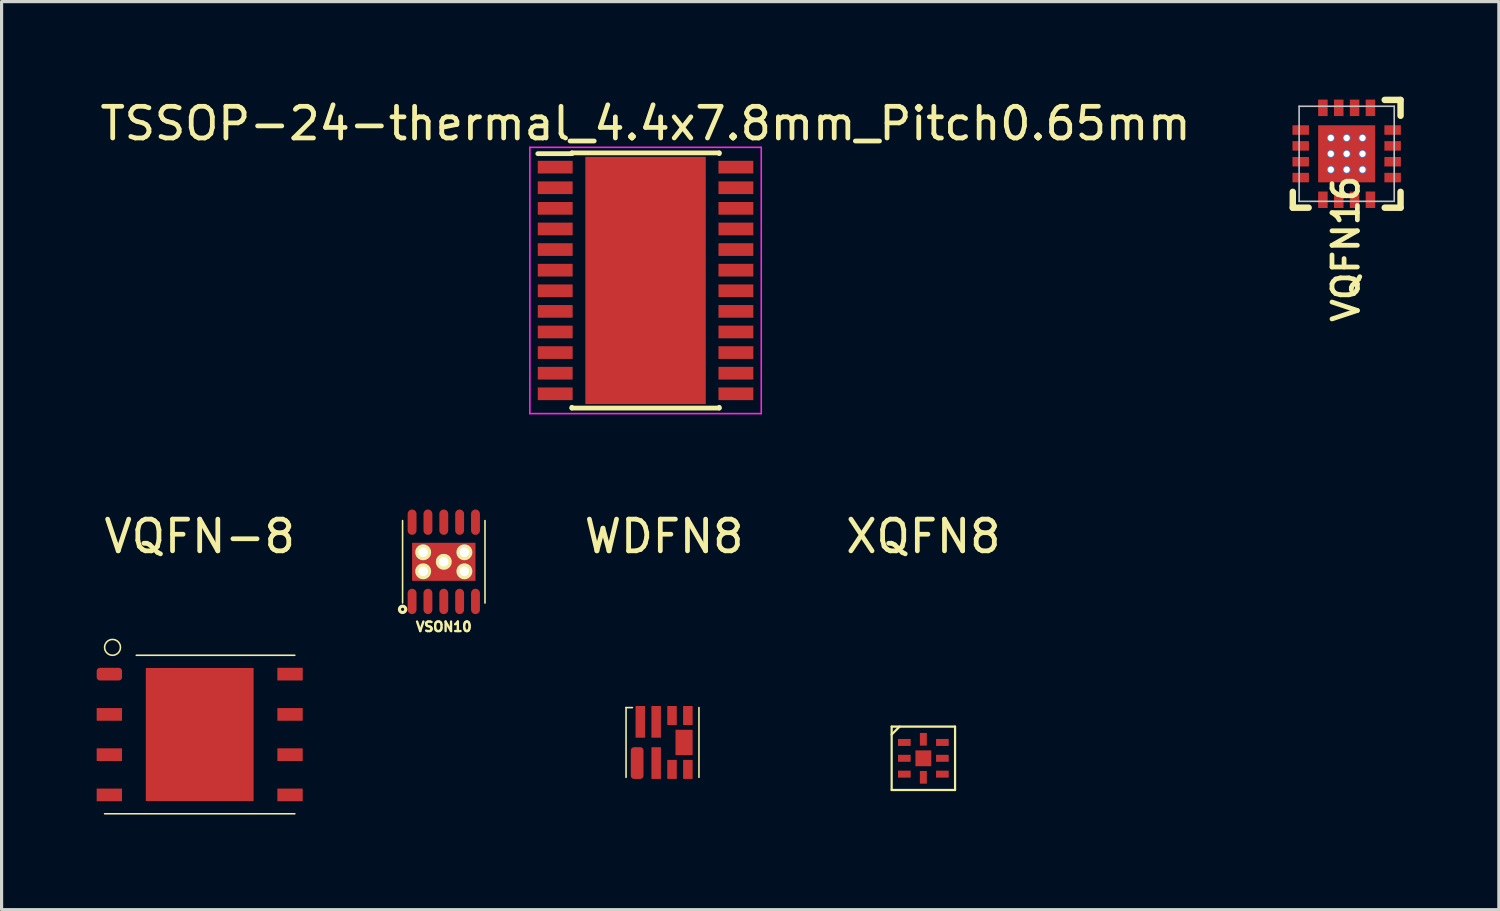
<source format=kicad_pcb>
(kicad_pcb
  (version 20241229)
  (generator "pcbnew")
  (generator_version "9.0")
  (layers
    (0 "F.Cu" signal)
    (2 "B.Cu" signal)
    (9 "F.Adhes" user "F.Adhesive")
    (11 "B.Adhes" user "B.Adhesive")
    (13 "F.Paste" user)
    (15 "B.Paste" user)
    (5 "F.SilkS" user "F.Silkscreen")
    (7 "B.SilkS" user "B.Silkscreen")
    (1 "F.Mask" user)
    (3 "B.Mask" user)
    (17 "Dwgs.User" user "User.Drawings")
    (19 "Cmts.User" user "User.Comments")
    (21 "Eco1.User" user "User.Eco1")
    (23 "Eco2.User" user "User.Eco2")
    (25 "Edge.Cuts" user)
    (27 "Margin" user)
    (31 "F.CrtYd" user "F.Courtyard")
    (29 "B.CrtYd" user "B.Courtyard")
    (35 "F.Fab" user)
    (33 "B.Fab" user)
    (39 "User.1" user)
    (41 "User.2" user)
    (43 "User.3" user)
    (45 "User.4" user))
  (footprint "VQFN-8"
    (layer "F.Cu")
    (at 3.25 20.122)
    (property "Reference" "VQFN-8" (at 0 -6.25 0) (layer "F.SilkS") (effects (font (size 1 1) (thickness 0.15))))
    (attr through_hole)
    (fp_line (start -2 -2.5) (end 3 -2.5) (stroke (width 0.05) (type solid)) (layer "F.SilkS"))
    (fp_line (start 3 2.5) (end -3 2.5) (stroke (width 0.05) (type solid)) (layer "F.SilkS"))
    (fp_circle (center -2.75 -2.75) (end -2.75 -2.5) (stroke (width 0.05) (type solid)) (fill no) (layer "F.SilkS"))
    (pad "" smd rect (at 0 0) (size 3.4 4.2) (layers "F.Cu" "F.Mask" "F.Paste"))
    (pad "1" smd roundrect (at -2.85 -1.905) (size 0.8 0.4) (layers "F.Cu" "F.Mask" "F.Paste") (roundrect_rratio 0.25))
    (pad "2" smd rect (at -2.85 -0.635) (size 0.8 0.4) (layers "F.Cu" "F.Mask" "F.Paste"))
    (pad "3" smd rect (at -2.85 0.635) (size 0.8 0.4) (layers "F.Cu" "F.Mask" "F.Paste"))
    (pad "4" smd rect (at -2.85 1.905) (size 0.8 0.4) (layers "F.Cu" "F.Mask" "F.Paste"))
    (pad "5" smd rect (at 2.85 1.905) (size 0.8 0.4) (layers "F.Cu" "F.Mask" "F.Paste"))
    (pad "6" smd rect (at 2.85 0.635) (size 0.8 0.4) (layers "F.Cu" "F.Mask" "F.Paste"))
    (pad "7" smd rect (at 2.85 -0.635) (size 0.8 0.4) (layers "F.Cu" "F.Mask" "F.Paste"))
    (pad "8" smd rect (at 2.85 -1.905) (size 0.8 0.4) (layers "F.Cu" "F.Mask" "F.Paste")))
  (footprint "WDFN8"
    (layer "F.Cu")
    (at 17.9 20.372)
    (property "Reference" "WDFN8" (at 0 -6.5 0) (layer "F.SilkS") (effects (font (size 1 1) (thickness 0.15))))
    (attr through_hole)
    (fp_line (start -1.2 -1.1) (end -1.2 1.1) (stroke (width 0.05) (type solid)) (layer "F.SilkS"))
    (fp_line (start -1 -1.1) (end -1.2 -1.1) (stroke (width 0.05) (type solid)) (layer "F.SilkS"))
    (fp_line (start 1.1 1.1) (end 1.1 -1.1) (stroke (width 0.05) (type solid)) (layer "F.SilkS"))
    (pad "1" smd roundrect (at -0.85 0.65) (size 0.4 1) (layers "F.Cu" "F.Mask" "F.Paste") (roundrect_rratio 0.25))
    (pad "2" smd rect (at -0.25 0.65) (size 0.3 1) (layers "F.Cu" "F.Mask" "F.Paste"))
    (pad "3" smd rect (at 0.25 0.85) (size 0.3 0.6) (layers "F.Cu" "F.Mask" "F.Paste"))
    (pad "4" smd rect (at 0.75 0.85) (size 0.3 0.6) (layers "F.Cu" "F.Mask" "F.Paste"))
    (pad "5" smd rect (at 0.75 -0.85) (size 0.3 0.6) (layers "F.Cu" "F.Mask" "F.Paste"))
    (pad "6" smd rect (at 0.25 -0.85) (size 0.3 0.6) (layers "F.Cu" "F.Mask" "F.Paste"))
    (pad "7" smd rect (at -0.25 -0.65) (size 0.3 1) (layers "F.Cu" "F.Mask" "F.Paste"))
    (pad "8" smd rect (at -0.75 -0.65) (size 0.3 1) (layers "F.Cu" "F.Mask" "F.Paste"))
    (pad "9" smd rect (at 0.63 0) (size 0.54 0.8) (layers "F.Cu" "F.Mask" "F.Paste")))
  (footprint "TSSOP-24-thermal_4.4x7.8mm_Pitch0.65mm"
    (layer "F.Cu")
    (at 17.315 5.798)
    (property "Reference" "TSSOP-24-thermal_4.4x7.8mm_Pitch0.65mm" (at 0 -4.95 0) (layer "F.SilkS") (effects (font (size 1 1) (thickness 0.15))))
    (attr smd)
    (fp_line (start -2.325 -4.025) (end -2.325 -4) (stroke (width 0.15) (type solid)) (layer "F.SilkS"))
    (fp_line (start -2.325 -4.025) (end 2.325 -4.025) (stroke (width 0.15) (type solid)) (layer "F.SilkS"))
    (fp_line (start -2.325 -4) (end -3.4 -4) (stroke (width 0.15) (type solid)) (layer "F.SilkS"))
    (fp_line (start -2.325 4.025) (end -2.325 4) (stroke (width 0.15) (type solid)) (layer "F.SilkS"))
    (fp_line (start -2.325 4.025) (end 2.325 4.025) (stroke (width 0.15) (type solid)) (layer "F.SilkS"))
    (fp_line (start 2.325 -4.025) (end 2.325 -4) (stroke (width 0.15) (type solid)) (layer "F.SilkS"))
    (fp_line (start 2.325 4.025) (end 2.325 4) (stroke (width 0.15) (type solid)) (layer "F.SilkS"))
    (fp_line (start -3.65 -4.2) (end -3.65 4.2) (stroke (width 0.05) (type solid)) (layer "F.CrtYd"))
    (fp_line (start -3.65 -4.2) (end 3.65 -4.2) (stroke (width 0.05) (type solid)) (layer "F.CrtYd"))
    (fp_line (start -3.65 4.2) (end 3.65 4.2) (stroke (width 0.05) (type solid)) (layer "F.CrtYd"))
    (fp_line (start 3.65 -4.2) (end 3.65 4.2) (stroke (width 0.05) (type solid)) (layer "F.CrtYd"))
    (pad "1" smd rect (at -2.85 -3.575) (size 1.1 0.4) (layers "F.Cu" "F.Mask" "F.Paste"))
    (pad "2" smd rect (at -2.85 -2.925) (size 1.1 0.4) (layers "F.Cu" "F.Mask" "F.Paste"))
    (pad "3" smd rect (at -2.85 -2.275) (size 1.1 0.4) (layers "F.Cu" "F.Mask" "F.Paste"))
    (pad "4" smd rect (at -2.85 -1.625) (size 1.1 0.4) (layers "F.Cu" "F.Mask" "F.Paste"))
    (pad "5" smd rect (at -2.85 -0.975) (size 1.1 0.4) (layers "F.Cu" "F.Mask" "F.Paste"))
    (pad "6" smd rect (at -2.85 -0.325) (size 1.1 0.4) (layers "F.Cu" "F.Mask" "F.Paste"))
    (pad "7" smd rect (at -2.85 0.325) (size 1.1 0.4) (layers "F.Cu" "F.Mask" "F.Paste"))
    (pad "8" smd rect (at -2.85 0.975) (size 1.1 0.4) (layers "F.Cu" "F.Mask" "F.Paste"))
    (pad "9" smd rect (at -2.85 1.625) (size 1.1 0.4) (layers "F.Cu" "F.Mask" "F.Paste"))
    (pad "10" smd rect (at -2.85 2.275) (size 1.1 0.4) (layers "F.Cu" "F.Mask" "F.Paste"))
    (pad "11" smd rect (at -2.85 2.925) (size 1.1 0.4) (layers "F.Cu" "F.Mask" "F.Paste"))
    (pad "12" smd rect (at -2.85 3.575) (size 1.1 0.4) (layers "F.Cu" "F.Mask" "F.Paste"))
    (pad "13" smd rect (at 2.85 3.575) (size 1.1 0.4) (layers "F.Cu" "F.Mask" "F.Paste"))
    (pad "14" smd rect (at 2.85 2.925) (size 1.1 0.4) (layers "F.Cu" "F.Mask" "F.Paste"))
    (pad "15" smd rect (at 2.85 2.275) (size 1.1 0.4) (layers "F.Cu" "F.Mask" "F.Paste"))
    (pad "16" smd rect (at 2.85 1.625) (size 1.1 0.4) (layers "F.Cu" "F.Mask" "F.Paste"))
    (pad "17" smd rect (at 2.85 0.975) (size 1.1 0.4) (layers "F.Cu" "F.Mask" "F.Paste"))
    (pad "18" smd rect (at 2.85 0.325) (size 1.1 0.4) (layers "F.Cu" "F.Mask" "F.Paste"))
    (pad "19" smd rect (at 2.85 -0.325) (size 1.1 0.4) (layers "F.Cu" "F.Mask" "F.Paste"))
    (pad "20" smd rect (at 2.85 -0.975) (size 1.1 0.4) (layers "F.Cu" "F.Mask" "F.Paste"))
    (pad "21" smd rect (at 2.85 -1.625) (size 1.1 0.4) (layers "F.Cu" "F.Mask" "F.Paste"))
    (pad "22" smd rect (at 2.85 -2.275) (size 1.1 0.4) (layers "F.Cu" "F.Mask" "F.Paste"))
    (pad "23" smd rect (at 2.85 -2.925) (size 1.1 0.4) (layers "F.Cu" "F.Mask" "F.Paste"))
    (pad "24" smd rect (at 2.85 -3.575) (size 1.1 0.4) (layers "F.Cu" "F.Mask" "F.Paste"))
    (pad "25" smd rect (at 0 0) (size 3.8 7.8) (layers "F.Cu" "F.Mask" "F.Paste")))
  (footprint "XQFN8"
    (layer "F.Cu")
    (at 26.079 20.872)
    (property "Reference" "XQFN8" (at 0 -7 0) (layer "F.SilkS") (effects (font (size 1 1) (thickness 0.15))))
    (attr through_hole)
    (fp_line (start -1 -1) (end -1 1) (stroke (width 0.07) (type solid)) (layer "F.SilkS"))
    (fp_line (start -1 -0.75) (end -0.75 -1) (stroke (width 0.07) (type solid)) (layer "F.SilkS"))
    (fp_line (start -1 1) (end 1 1) (stroke (width 0.07) (type solid)) (layer "F.SilkS"))
    (fp_line (start 1 -1) (end -1 -1) (stroke (width 0.07) (type solid)) (layer "F.SilkS"))
    (fp_line (start 1 1) (end 1 -1) (stroke (width 0.07) (type solid)) (layer "F.SilkS"))
    (pad "1" smd rect (at -0.6 -0.5) (size 0.4 0.22) (layers "F.Cu" "F.Mask" "F.Paste"))
    (pad "2" smd rect (at -0.6 0) (size 0.4 0.22) (layers "F.Cu" "F.Mask" "F.Paste"))
    (pad "3" smd rect (at -0.6 0.5) (size 0.4 0.22) (layers "F.Cu" "F.Mask" "F.Paste"))
    (pad "4" smd rect (at 0 -0.6) (size 0.22 0.4) (layers "F.Cu" "F.Mask" "F.Paste"))
    (pad "5" smd rect (at 0.6 0.5) (size 0.4 0.22) (layers "F.Cu" "F.Mask" "F.Paste"))
    (pad "6" smd rect (at 0.6 0) (size 0.4 0.22) (layers "F.Cu" "F.Mask" "F.Paste"))
    (pad "7" smd rect (at 0.6 -0.5) (size 0.4 0.22) (layers "F.Cu" "F.Mask" "F.Paste"))
    (pad "8" smd rect (at 0 0.6) (size 0.22 0.4) (layers "F.Cu" "F.Mask" "F.Paste"))
    (pad "9" smd rect (at 0 0) (size 0.5 0.5) (layers "F.Cu" "F.Mask" "F.Paste")))
  (footprint "VSON10"
    (layer "F.Cu")
    (at 10.95 14.673)
    (property "Reference" "VSON10" (at 0 2.05 0) (layer "F.SilkS") (effects (font (size 0.3 0.3) (thickness 0.075))))
    (attr through_hole)
    (fp_line (start -1.3 -1.3) (end -1.3 1.3) (stroke (width 0.05) (type solid)) (layer "F.SilkS"))
    (fp_line (start 1.3 -1.3) (end 1.3 1.3) (stroke (width 0.05) (type solid)) (layer "F.SilkS"))
    (fp_circle (center -1.3 1.5) (end -1.3 1.6) (stroke (width 0.1) (type solid)) (fill no) (layer "F.SilkS"))
    (pad "1" smd oval (at -1 1.25) (size 0.28 0.8) (layers "F.Cu" "F.Mask" "F.Paste"))
    (pad "2" smd oval (at -0.5 1.25) (size 0.28 0.8) (layers "F.Cu" "F.Mask" "F.Paste"))
    (pad "3" smd oval (at 0 1.25) (size 0.28 0.8) (layers "F.Cu" "F.Mask" "F.Paste"))
    (pad "4" smd oval (at 0.5 1.25) (size 0.28 0.8) (layers "F.Cu" "F.Mask" "F.Paste"))
    (pad "5" smd oval (at 1 1.25) (size 0.28 0.8) (layers "F.Cu" "F.Mask" "F.Paste"))
    (pad "6" smd oval (at 1 -1.25) (size 0.28 0.8) (layers "F.Cu" "F.Mask" "F.Paste"))
    (pad "7" smd oval (at 0.5 -1.25) (size 0.28 0.8) (layers "F.Cu" "F.Mask" "F.Paste"))
    (pad "8" smd oval (at 0 -1.25) (size 0.28 0.8) (layers "F.Cu" "F.Mask" "F.Paste"))
    (pad "9" smd oval (at -0.5 -1.25) (size 0.28 0.8) (layers "F.Cu" "F.Mask" "F.Paste"))
    (pad "10" smd oval (at -1 -1.25) (size 0.28 0.8) (layers "F.Cu" "F.Mask" "F.Paste"))
    (pad "11" thru_hole circle (at -0.65 -0.3) (size 0.5 0.5) (drill 0.3) (layers "*.Cu" "F.Mask" "F.SilkS"))
    (pad "11" thru_hole circle (at -0.65 0.3) (size 0.5 0.5) (drill 0.3) (layers "*.Cu" "F.Mask" "F.SilkS"))
    (pad "11" thru_hole circle (at 0 0) (size 0.5 0.5) (drill 0.3) (layers "*.Cu" "F.Mask" "F.SilkS"))
    (pad "11" smd rect (at 0 0) (size 2 1.2) (layers "F.Cu" "F.Mask" "F.Paste"))
    (pad "11" thru_hole circle (at 0.65 -0.3) (size 0.5 0.5) (drill 0.3) (layers "*.Cu" "F.Mask" "F.SilkS"))
    (pad "11" thru_hole circle (at 0.65 0.3) (size 0.5 0.5) (drill 0.3) (layers "*.Cu" "F.Mask" "F.SilkS")))
  (footprint "VQFN16"
    (layer "F.Cu")
    (at 39.433 1.802)
    (property "Reference" "VQFN16" (at -0.025 3 270) (layer "F.SilkS") (effects (font (size 0.8 0.8) (thickness 0.15))))
    (attr smd)
    (fp_line (start -1.7 1.7) (end -1.7 1.2) (stroke (width 0.203) (type solid)) (layer "F.SilkS"))
    (fp_line (start -1.7 1.7) (end -1.2 1.7) (stroke (width 0.203) (type solid)) (layer "F.SilkS"))
    (fp_line (start 1.2 1.7) (end 1.7 1.7) (stroke (width 0.203) (type solid)) (layer "F.SilkS"))
    (fp_line (start 1.7 -1.7) (end 1.2 -1.7) (stroke (width 0.203) (type solid)) (layer "F.SilkS"))
    (fp_line (start 1.7 -1.7) (end 1.7 -1.2) (stroke (width 0.203) (type solid)) (layer "F.SilkS"))
    (fp_line (start 1.7 1.2) (end 1.7 1.7) (stroke (width 0.203) (type solid)) (layer "F.SilkS"))
    (fp_line (start -1.5 -1.5) (end 1.5 -1.5) (stroke (width 0.051) (type solid)) (layer "Dwgs.User"))
    (fp_line (start -1.5 1.5) (end -1.5 -1.5) (stroke (width 0.051) (type solid)) (layer "Dwgs.User"))
    (fp_line (start 1.5 -1.5) (end 1.5 1.5) (stroke (width 0.051) (type solid)) (layer "Dwgs.User"))
    (fp_line (start 1.5 1.5) (end -1.5 1.5) (stroke (width 0.051) (type solid)) (layer "Dwgs.User"))
    (pad "1" smd rect (at -1.45 -0.75 180) (size 0.52 0.3) (layers "F.Cu" "F.Mask" "F.Paste"))
    (pad "2" smd rect (at -1.45 -0.25 180) (size 0.52 0.3) (layers "F.Cu" "F.Mask" "F.Paste"))
    (pad "3" smd rect (at -1.45 0.25 180) (size 0.52 0.3) (layers "F.Cu" "F.Mask" "F.Paste"))
    (pad "4" smd rect (at -1.45 0.75 180) (size 0.52 0.3) (layers "F.Cu" "F.Mask" "F.Paste"))
    (pad "5" smd rect (at -0.75 1.45 270) (size 0.52 0.3) (layers "F.Cu" "F.Mask" "F.Paste"))
    (pad "6" smd rect (at -0.25 1.45 270) (size 0.52 0.3) (layers "F.Cu" "F.Mask" "F.Paste"))
    (pad "7" smd rect (at 0.25 1.45 270) (size 0.52 0.3) (layers "F.Cu" "F.Mask" "F.Paste"))
    (pad "8" smd rect (at 0.75 1.45 270) (size 0.52 0.3) (layers "F.Cu" "F.Mask" "F.Paste"))
    (pad "9" smd rect (at 1.45 0.75) (size 0.52 0.3) (layers "F.Cu" "F.Mask" "F.Paste"))
    (pad "10" smd rect (at 1.45 0.25) (size 0.52 0.3) (layers "F.Cu" "F.Mask" "F.Paste"))
    (pad "11" smd rect (at 1.45 -0.25) (size 0.52 0.3) (layers "F.Cu" "F.Mask" "F.Paste"))
    (pad "12" smd rect (at 1.45 -0.75) (size 0.52 0.3) (layers "F.Cu" "F.Mask" "F.Paste"))
    (pad "13" smd rect (at 0.75 -1.45 90) (size 0.52 0.3) (layers "F.Cu" "F.Mask" "F.Paste"))
    (pad "14" smd rect (at 0.25 -1.45 90) (size 0.52 0.3) (layers "F.Cu" "F.Mask" "F.Paste"))
    (pad "15" smd rect (at -0.25 -1.45 90) (size 0.52 0.3) (layers "F.Cu" "F.Mask" "F.Paste"))
    (pad "16" smd rect (at -0.75 -1.45 90) (size 0.52 0.3) (layers "F.Cu" "F.Mask" "F.Paste"))
    (pad "17" thru_hole circle (at -0.5 -0.5) (size 0.25 0.25) (drill 0.2) (layers "*.Cu" "*.Mask"))
    (pad "17" thru_hole circle (at -0.5 0) (size 0.25 0.25) (drill 0.2) (layers "*.Cu" "*.Mask"))
    (pad "17" thru_hole circle (at -0.5 0.5) (size 0.25 0.25) (drill 0.2) (layers "*.Cu" "*.Mask"))
    (pad "17" thru_hole circle (at 0 -0.5) (size 0.25 0.25) (drill 0.2) (layers "*.Cu" "*.Mask"))
    (pad "17" thru_hole circle (at 0 0) (size 0.25 0.25) (drill 0.2) (layers "*.Cu" "*.Mask"))
    (pad "17" smd rect (at 0 0) (size 1.8 1.8) (layers "F.Cu" "F.Mask" "F.Paste"))
    (pad "17" thru_hole circle (at 0 0.5) (size 0.25 0.25) (drill 0.2) (layers "*.Cu" "*.Mask"))
    (pad "17" thru_hole circle (at 0.5 -0.5) (size 0.25 0.25) (drill 0.2) (layers "*.Cu" "*.Mask"))
    (pad "17" thru_hole circle (at 0.5 0) (size 0.25 0.25) (drill 0.2) (layers "*.Cu" "*.Mask"))
    (pad "17" thru_hole circle (at 0.5 0.5) (size 0.25 0.25) (drill 0.2) (layers "*.Cu" "*.Mask")))
  (gr_rect
    (start -3 -3)
    (end 44.234 25.646)
    (stroke (width 0.1) (type default))
    (fill no)
    (layer "Edge.Cuts")))
</source>
